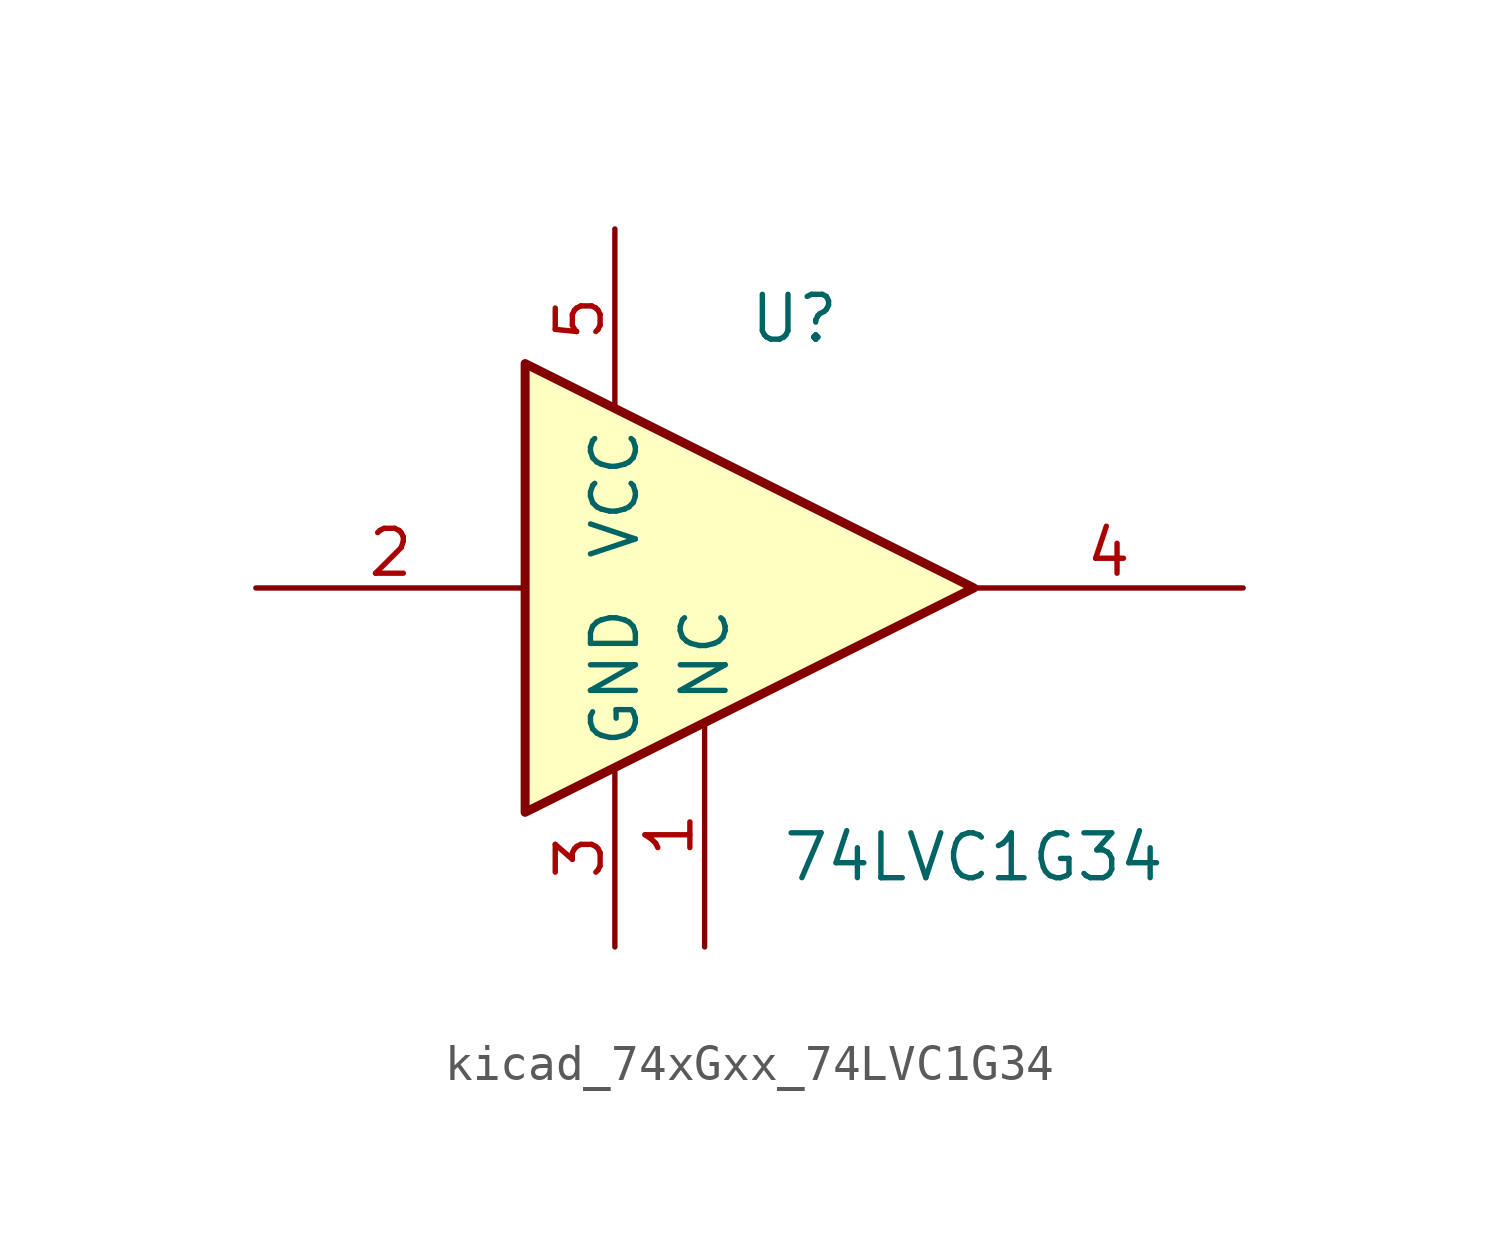
<source format=kicad_sym>
(kicad_symbol_lib
  (version 20220914)
  (generator kicad_symbol_editor)
  (symbol "kicad_74xGxx_74LVC1G34"
    (property "Reference" "U"
      (at 0 7.62 0)
      (effects (font (size 1.27 1.27))))
    (property "Value" "74LVC1G34"
      (at 5.08 -7.62 0)
      (effects (font (size 1.27 1.27))))
    (symbol "kicad_74xGxx_74LVC1G34_0_1"
      (polyline (pts (xy -7.62 6.35) (xy -7.62 -6.35) (xy 5.08 0) (xy -7.62 6.35)) (stroke (width 0.254) (type default)) (fill (type background))))
    (symbol "kicad_74xGxx_74LVC1G34_1_1"
      (pin free line (at -2.54 -10.16 90) (length 6.35) (name "NC" (effects (font (size 1.27 1.27)))) (number "1" (effects (font (size 1.27 1.27)))))
      (pin input line (at -15.24 0 0) (length 7.62) (name "~" (effects (font (size 1.27 1.27)))) (number "2" (effects (font (size 1.27 1.27)))))
      (pin power_in line (at -5.08 -10.16 90) (length 5.08) (name "GND" (effects (font (size 1.27 1.27)))) (number "3" (effects (font (size 1.27 1.27)))))
      (pin output line (at 12.7 0 180) (length 7.62) (name "~" (effects (font (size 1.27 1.27)))) (number "4" (effects (font (size 1.27 1.27)))))
      (pin power_in line (at -5.08 10.16 270) (length 5.08) (name "VCC" (effects (font (size 1.27 1.27)))) (number "5" (effects (font (size 1.27 1.27))))))))
</source>
